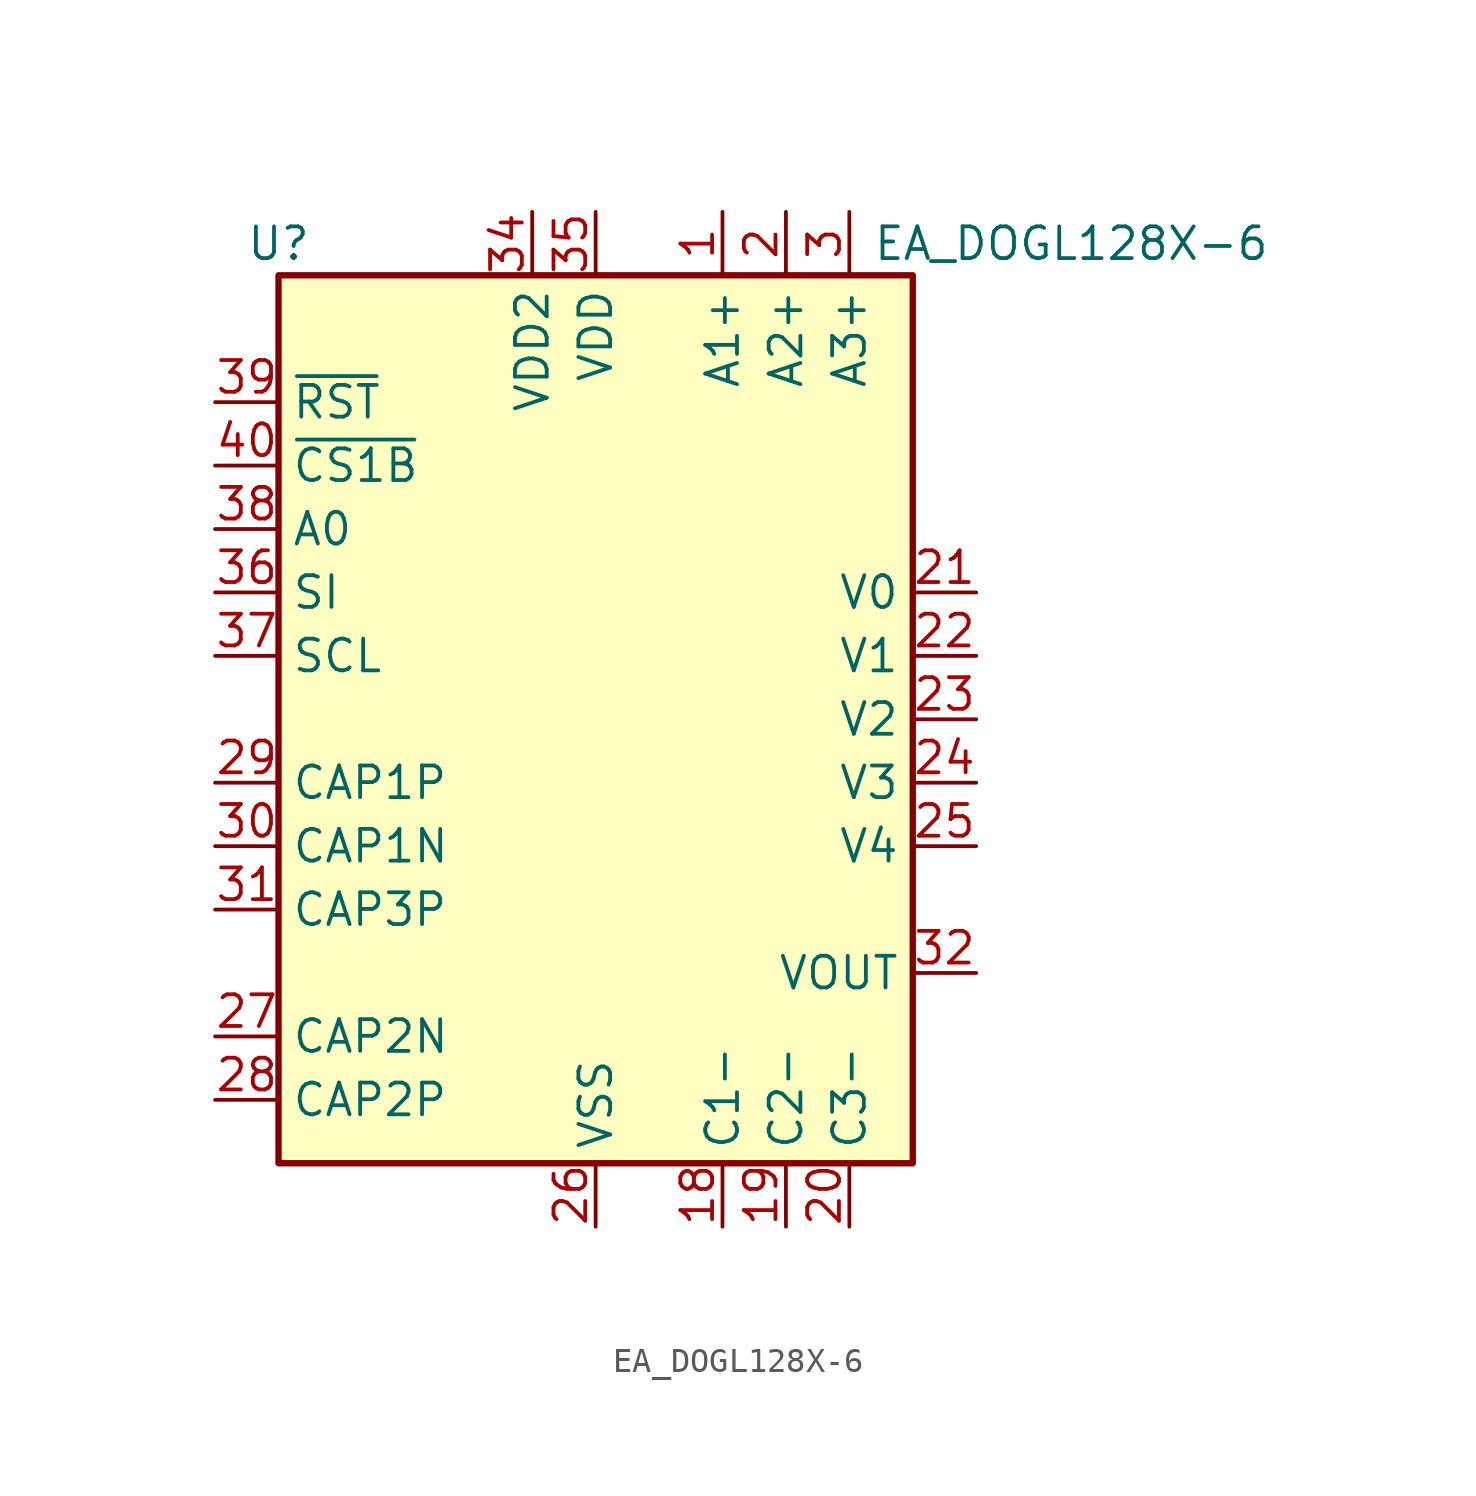
<source format=kicad_sym>
(kicad_symbol_lib
  (version 20201005)
  (generator kicad_symbol_editor)
  (symbol "EA_DOGL128X-6"
    (property "Reference" "U"
      (at -12.7 19.05 0)
      (effects (font (size 1.27 1.27))))
    (property "Value" "EA_DOGL128X-6"
      (at 19.05 19.05 0)
      (effects (font (size 1.27 1.27))))
    (symbol "EA_DOGL128X-6_1_1"
      (rectangle (start -12.7 17.78) (end 12.7 -17.78) (stroke (width 0.254)) (fill (type background)))
      (pin power_in line (at 5.08 20.32 270) (length 2.54) (name "A1+" (effects (font (size 1.27 1.27)))) (number "1" (effects (font (size 1.27 1.27)))))
      (pin power_in line (at 5.08 -20.32 90) (length 2.54) (name "C1-" (effects (font (size 1.27 1.27)))) (number "18" (effects (font (size 1.27 1.27)))))
      (pin power_in line (at 7.62 -20.32 90) (length 2.54) (name "C2-" (effects (font (size 1.27 1.27)))) (number "19" (effects (font (size 1.27 1.27)))))
      (pin power_in line (at 7.62 20.32 270) (length 2.54) (name "A2+" (effects (font (size 1.27 1.27)))) (number "2" (effects (font (size 1.27 1.27)))))
      (pin power_in line (at 10.16 -20.32 90) (length 2.54) (name "C3-" (effects (font (size 1.27 1.27)))) (number "20" (effects (font (size 1.27 1.27)))))
      (pin passive line (at 15.24 5.08 180) (length 2.54) (name "V0" (effects (font (size 1.27 1.27)))) (number "21" (effects (font (size 1.27 1.27)))))
      (pin passive line (at 15.24 2.54 180) (length 2.54) (name "V1" (effects (font (size 1.27 1.27)))) (number "22" (effects (font (size 1.27 1.27)))))
      (pin passive line (at 15.24 0 180) (length 2.54) (name "V2" (effects (font (size 1.27 1.27)))) (number "23" (effects (font (size 1.27 1.27)))))
      (pin passive line (at 15.24 -2.54 180) (length 2.54) (name "V3" (effects (font (size 1.27 1.27)))) (number "24" (effects (font (size 1.27 1.27)))))
      (pin passive line (at 15.24 -5.08 180) (length 2.54) (name "V4" (effects (font (size 1.27 1.27)))) (number "25" (effects (font (size 1.27 1.27)))))
      (pin power_in line (at 0 -20.32 90) (length 2.54) (name "VSS" (effects (font (size 1.27 1.27)))) (number "26" (effects (font (size 1.27 1.27)))))
      (pin passive line (at -15.24 -12.7 0) (length 2.54) (name "CAP2N" (effects (font (size 1.27 1.27)))) (number "27" (effects (font (size 1.27 1.27)))))
      (pin passive line (at -15.24 -15.24 0) (length 2.54) (name "CAP2P" (effects (font (size 1.27 1.27)))) (number "28" (effects (font (size 1.27 1.27)))))
      (pin passive line (at -15.24 -2.54 0) (length 2.54) (name "CAP1P" (effects (font (size 1.27 1.27)))) (number "29" (effects (font (size 1.27 1.27)))))
      (pin power_in line (at 10.16 20.32 270) (length 2.54) (name "A3+" (effects (font (size 1.27 1.27)))) (number "3" (effects (font (size 1.27 1.27)))))
      (pin passive line (at -15.24 -5.08 0) (length 2.54) (name "CAP1N" (effects (font (size 1.27 1.27)))) (number "30" (effects (font (size 1.27 1.27)))))
      (pin passive line (at -15.24 -7.62 0) (length 2.54) (name "CAP3P" (effects (font (size 1.27 1.27)))) (number "31" (effects (font (size 1.27 1.27)))))
      (pin output line (at 15.24 -10.16 180) (length 2.54) (name "VOUT" (effects (font (size 1.27 1.27)))) (number "32" (effects (font (size 1.27 1.27)))))
      (pin passive line (at 0 -20.32 90) (length 2.54) hide (name "VSS" (effects (font (size 1.27 1.27)))) (number "33" (effects (font (size 1.27 1.27)))))
      (pin power_in line (at -2.54 20.32 270) (length 2.54) (name "VDD2" (effects (font (size 1.27 1.27)))) (number "34" (effects (font (size 1.27 1.27)))))
      (pin power_in line (at 0 20.32 270) (length 2.54) (name "VDD" (effects (font (size 1.27 1.27)))) (number "35" (effects (font (size 1.27 1.27)))))
      (pin input line (at -15.24 5.08 0) (length 2.54) (name "SI" (effects (font (size 1.27 1.27)))) (number "36" (effects (font (size 1.27 1.27)))))
      (pin input line (at -15.24 2.54 0) (length 2.54) (name "SCL" (effects (font (size 1.27 1.27)))) (number "37" (effects (font (size 1.27 1.27)))))
      (pin input line (at -15.24 7.62 0) (length 2.54) (name "A0" (effects (font (size 1.27 1.27)))) (number "38" (effects (font (size 1.27 1.27)))))
      (pin input line (at -15.24 12.7 0) (length 2.54) (name "~RST" (effects (font (size 1.27 1.27)))) (number "39" (effects (font (size 1.27 1.27)))))
      (pin input line (at -15.24 10.16 0) (length 2.54) (name "~CS1B" (effects (font (size 1.27 1.27)))) (number "40" (effects (font (size 1.27 1.27))))))))
</source>
